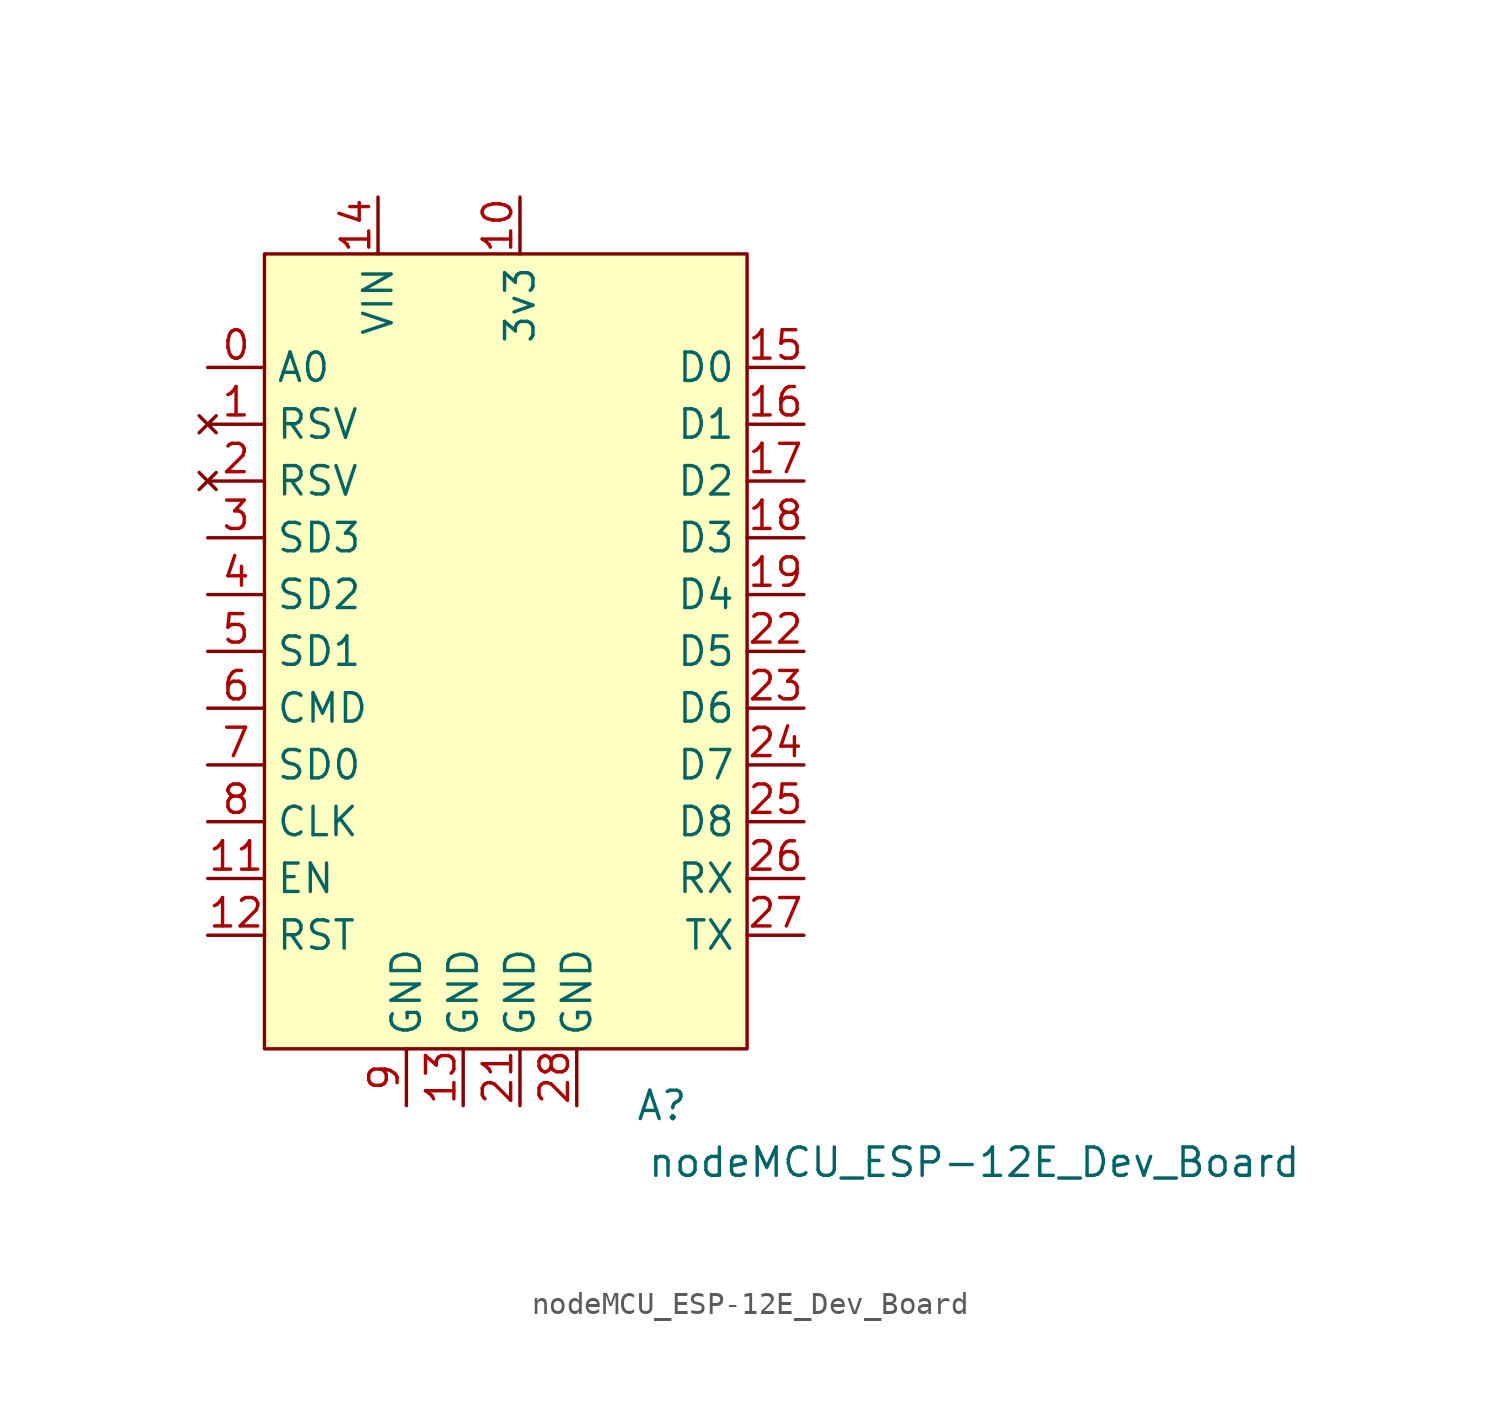
<source format=kicad_sym>
(kicad_symbol_lib
  (version 20211014)
  (generator kicad_symbol_editor)
  (symbol "nodeMCU_ESP-12E_Dev_Board"
    (pin_names
      (offset 0.5))
    (property "Reference" "A"
      (at 6.35 -13.97 0)
      (effects (font (size 1.27 1.27))))
    (property "Value" "nodeMCU_ESP-12E_Dev_Board"
      (at 20.32 -16.51 0)
      (effects (font (size 1.27 1.27))))
    (symbol "nodeMCU_ESP-12E_Dev_Board_0_1"
      (rectangle (start -11.43 24.13) (end 10.16 -11.43) (stroke (width 0) (type default) (color 0 0 0 0)) (fill (type background))))
    (symbol "nodeMCU_ESP-12E_Dev_Board_1_1"
      (pin bidirectional line (at -13.97 19.05 0) (length 2.54) (name "A0" (effects (font (size 1.27 1.27)))) (number "0" (effects (font (size 1.27 1.27)))))
      (pin no_connect line (at -13.97 16.51 0) (length 2.54) (name "RSV" (effects (font (size 1.27 1.27)))) (number "1" (effects (font (size 1.27 1.27)))))
      (pin power_out line (at 0 26.67 270) (length 2.54) (name "3v3" (effects (font (size 1.27 1.27)))) (number "10" (effects (font (size 1.27 1.27)))))
      (pin input line (at -13.97 -3.81 0) (length 2.54) (name "EN" (effects (font (size 1.27 1.27)))) (number "11" (effects (font (size 1.27 1.27)))))
      (pin input line (at -13.97 -6.35 0) (length 2.54) (name "RST" (effects (font (size 1.27 1.27)))) (number "12" (effects (font (size 1.27 1.27)))))
      (pin power_in line (at -2.54 -13.97 90) (length 2.54) (name "GND" (effects (font (size 1.27 1.27)))) (number "13" (effects (font (size 1.27 1.27)))))
      (pin power_in line (at -6.35 26.67 270) (length 2.54) (name "VIN" (effects (font (size 1.27 1.27)))) (number "14" (effects (font (size 1.27 1.27)))))
      (pin bidirectional line (at 12.7 19.05 180) (length 2.54) (name "D0" (effects (font (size 1.27 1.27)))) (number "15" (effects (font (size 1.27 1.27)))))
      (pin bidirectional line (at 12.7 16.51 180) (length 2.54) (name "D1" (effects (font (size 1.27 1.27)))) (number "16" (effects (font (size 1.27 1.27)))))
      (pin bidirectional line (at 12.7 13.97 180) (length 2.54) (name "D2" (effects (font (size 1.27 1.27)))) (number "17" (effects (font (size 1.27 1.27)))))
      (pin bidirectional line (at 12.7 11.43 180) (length 2.54) (name "D3" (effects (font (size 1.27 1.27)))) (number "18" (effects (font (size 1.27 1.27)))))
      (pin bidirectional line (at 12.7 8.89 180) (length 2.54) (name "D4" (effects (font (size 1.27 1.27)))) (number "19" (effects (font (size 1.27 1.27)))))
      (pin no_connect line (at -13.97 13.97 0) (length 2.54) (name "RSV" (effects (font (size 1.27 1.27)))) (number "2" (effects (font (size 1.27 1.27)))))
      (pin passive line (at 0 26.67 270) (length 2.54) hide (name "3v3" (effects (font (size 1.27 1.27)))) (number "20" (effects (font (size 1.27 1.27)))))
      (pin power_in line (at 0 -13.97 90) (length 2.54) (name "GND" (effects (font (size 1.27 1.27)))) (number "21" (effects (font (size 1.27 1.27)))))
      (pin bidirectional line (at 12.7 6.35 180) (length 2.54) (name "D5" (effects (font (size 1.27 1.27)))) (number "22" (effects (font (size 1.27 1.27)))))
      (pin bidirectional line (at 12.7 3.81 180) (length 2.54) (name "D6" (effects (font (size 1.27 1.27)))) (number "23" (effects (font (size 1.27 1.27)))))
      (pin bidirectional line (at 12.7 1.27 180) (length 2.54) (name "D7" (effects (font (size 1.27 1.27)))) (number "24" (effects (font (size 1.27 1.27)))))
      (pin bidirectional line (at 12.7 -1.27 180) (length 2.54) (name "D8" (effects (font (size 1.27 1.27)))) (number "25" (effects (font (size 1.27 1.27)))))
      (pin bidirectional line (at 12.7 -3.81 180) (length 2.54) (name "RX" (effects (font (size 1.27 1.27)))) (number "26" (effects (font (size 1.27 1.27)))))
      (pin bidirectional line (at 12.7 -6.35 180) (length 2.54) (name "TX" (effects (font (size 1.27 1.27)))) (number "27" (effects (font (size 1.27 1.27)))))
      (pin power_in line (at 2.54 -13.97 90) (length 2.54) (name "GND" (effects (font (size 1.27 1.27)))) (number "28" (effects (font (size 1.27 1.27)))))
      (pin passive line (at 0 26.67 270) (length 2.54) hide (name "3v3" (effects (font (size 1.27 1.27)))) (number "29" (effects (font (size 1.27 1.27)))))
      (pin bidirectional line (at -13.97 11.43 0) (length 2.54) (name "SD3" (effects (font (size 1.27 1.27)))) (number "3" (effects (font (size 1.27 1.27)))))
      (pin bidirectional line (at -13.97 8.89 0) (length 2.54) (name "SD2" (effects (font (size 1.27 1.27)))) (number "4" (effects (font (size 1.27 1.27)))))
      (pin bidirectional line (at -13.97 6.35 0) (length 2.54) (name "SD1" (effects (font (size 1.27 1.27)))) (number "5" (effects (font (size 1.27 1.27)))))
      (pin bidirectional line (at -13.97 3.81 0) (length 2.54) (name "CMD" (effects (font (size 1.27 1.27)))) (number "6" (effects (font (size 1.27 1.27)))))
      (pin bidirectional line (at -13.97 1.27 0) (length 2.54) (name "SD0" (effects (font (size 1.27 1.27)))) (number "7" (effects (font (size 1.27 1.27)))))
      (pin bidirectional line (at -13.97 -1.27 0) (length 2.54) (name "CLK" (effects (font (size 1.27 1.27)))) (number "8" (effects (font (size 1.27 1.27)))))
      (pin power_in line (at -5.08 -13.97 90) (length 2.54) (name "GND" (effects (font (size 1.27 1.27)))) (number "9" (effects (font (size 1.27 1.27))))))))
</source>
